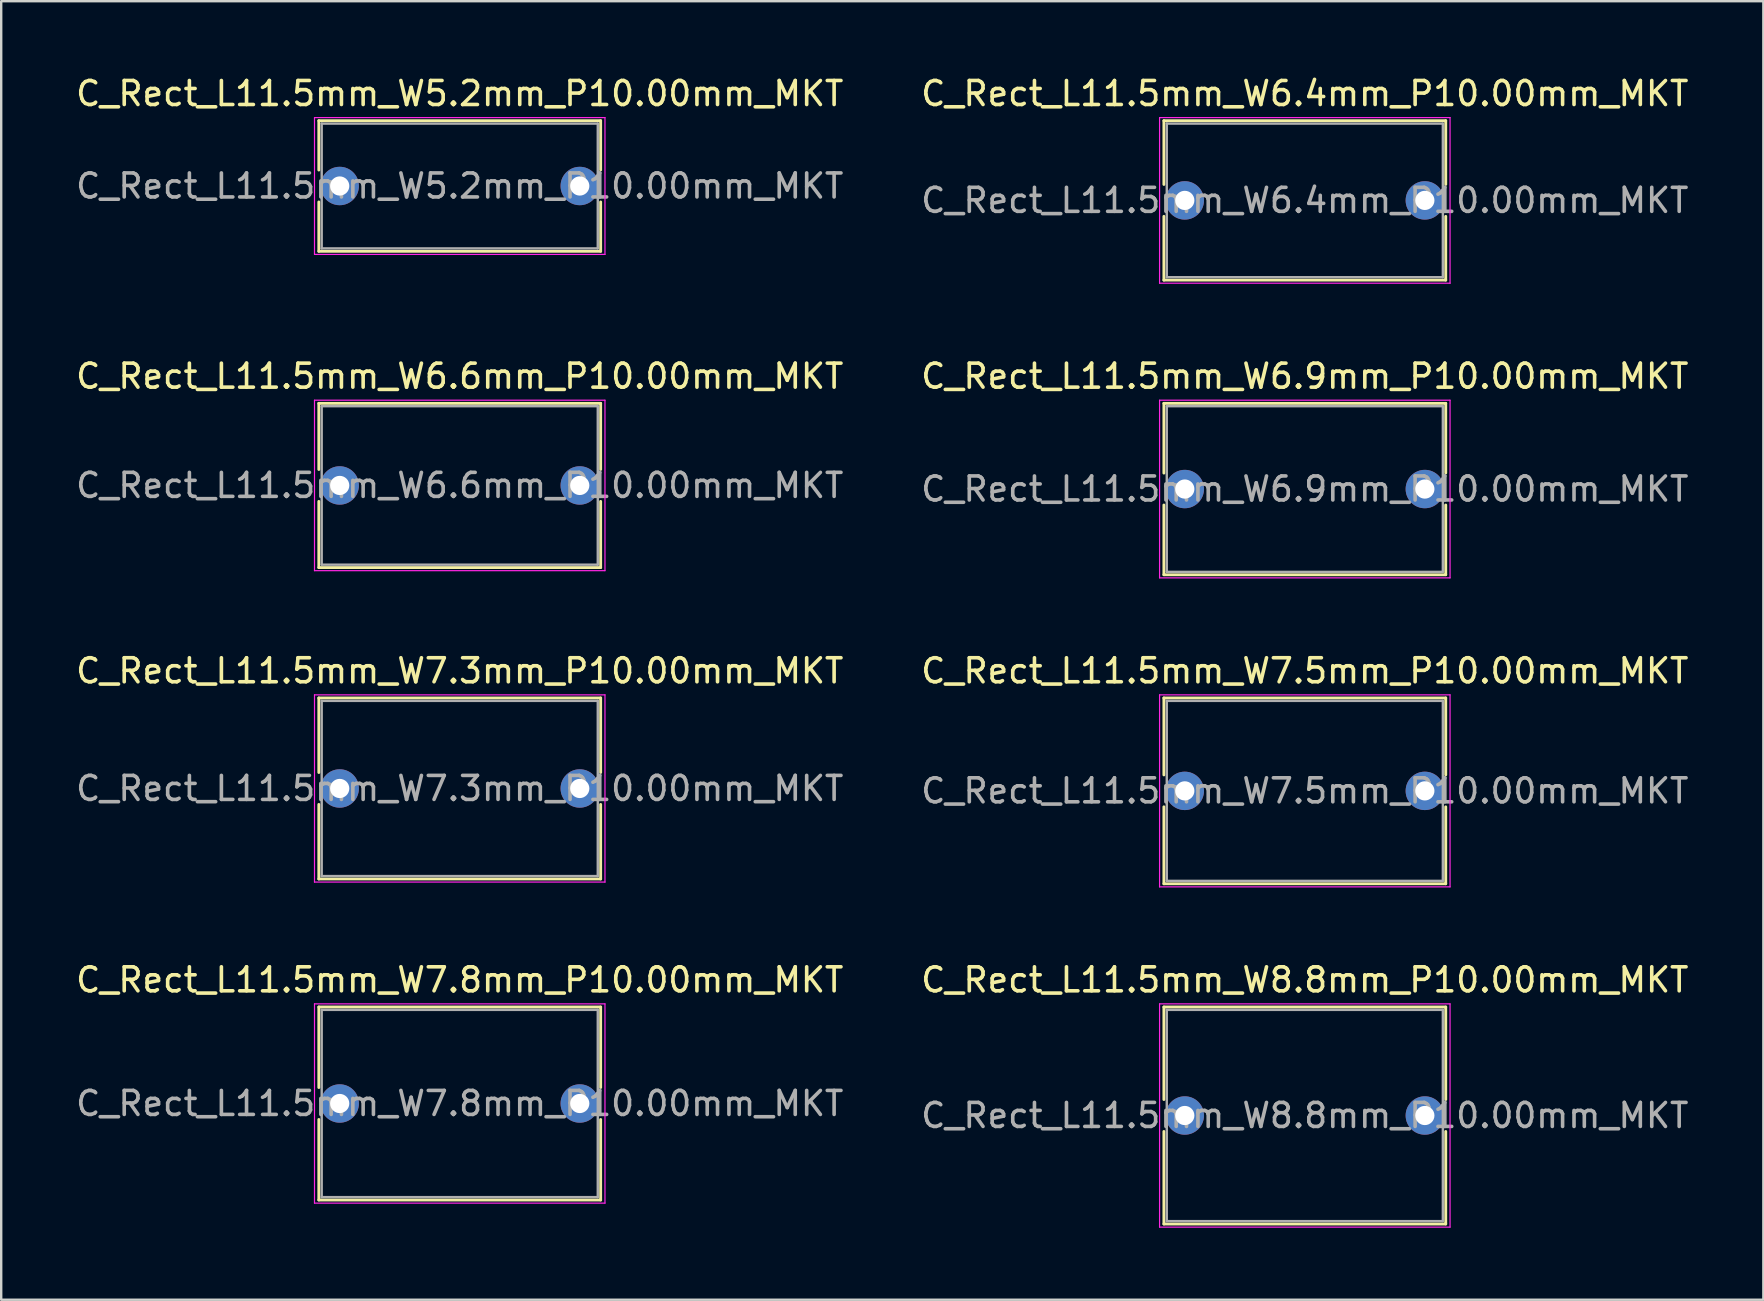
<source format=kicad_pcb>
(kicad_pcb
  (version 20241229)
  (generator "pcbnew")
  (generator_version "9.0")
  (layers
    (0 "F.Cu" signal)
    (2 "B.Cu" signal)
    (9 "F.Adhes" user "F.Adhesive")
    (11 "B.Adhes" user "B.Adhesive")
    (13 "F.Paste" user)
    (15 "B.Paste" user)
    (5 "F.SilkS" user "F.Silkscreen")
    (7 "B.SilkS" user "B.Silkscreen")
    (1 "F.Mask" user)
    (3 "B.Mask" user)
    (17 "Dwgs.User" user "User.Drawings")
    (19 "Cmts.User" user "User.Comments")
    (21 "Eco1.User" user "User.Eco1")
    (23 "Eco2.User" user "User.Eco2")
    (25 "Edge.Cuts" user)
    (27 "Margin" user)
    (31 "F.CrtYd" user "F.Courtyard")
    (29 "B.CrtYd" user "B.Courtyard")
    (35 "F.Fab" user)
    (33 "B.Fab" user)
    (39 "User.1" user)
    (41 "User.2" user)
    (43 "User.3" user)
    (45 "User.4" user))
  (footprint "C_Rect_L11.5mm_W6.4mm_P10.00mm_MKT"
    (layer "F.Cu")
    (at 46.304 5.298)
    (property "Reference" "C_Rect_L11.5mm_W6.4mm_P10.00mm_MKT" (at 5 -4.45 0) (layer "F.SilkS") (effects (font (size 1 1) (thickness 0.15))))
    (attr through_hole)
    (fp_line (start -0.87 -3.32) (end -0.87 -0.665) (stroke (width 0.12) (type solid)) (layer "F.SilkS"))
    (fp_line (start -0.87 -3.32) (end 10.87 -3.32) (stroke (width 0.12) (type solid)) (layer "F.SilkS"))
    (fp_line (start -0.87 0.665) (end -0.87 3.32) (stroke (width 0.12) (type solid)) (layer "F.SilkS"))
    (fp_line (start -0.87 3.32) (end 10.87 3.32) (stroke (width 0.12) (type solid)) (layer "F.SilkS"))
    (fp_line (start 10.87 -3.32) (end 10.87 -0.665) (stroke (width 0.12) (type solid)) (layer "F.SilkS"))
    (fp_line (start 10.87 0.665) (end 10.87 3.32) (stroke (width 0.12) (type solid)) (layer "F.SilkS"))
    (fp_line (start -1.05 -3.45) (end -1.05 3.45) (stroke (width 0.05) (type solid)) (layer "F.CrtYd"))
    (fp_line (start -1.05 3.45) (end 11.05 3.45) (stroke (width 0.05) (type solid)) (layer "F.CrtYd"))
    (fp_line (start 11.05 -3.45) (end -1.05 -3.45) (stroke (width 0.05) (type solid)) (layer "F.CrtYd"))
    (fp_line (start 11.05 3.45) (end 11.05 -3.45) (stroke (width 0.05) (type solid)) (layer "F.CrtYd"))
    (fp_line (start -0.75 -3.2) (end -0.75 3.2) (stroke (width 0.1) (type solid)) (layer "F.Fab"))
    (fp_line (start -0.75 3.2) (end 10.75 3.2) (stroke (width 0.1) (type solid)) (layer "F.Fab"))
    (fp_line (start 10.75 -3.2) (end -0.75 -3.2) (stroke (width 0.1) (type solid)) (layer "F.Fab"))
    (fp_line (start 10.75 3.2) (end 10.75 -3.2) (stroke (width 0.1) (type solid)) (layer "F.Fab"))
    (fp_text user "${REFERENCE}" (at 5 0 0) (layer "F.Fab") (effects (font (size 1 1) (thickness 0.15))))
    (pad "1" thru_hole circle (at 0 0) (size 1.6 1.6) (drill 0.8) (layers "*.Cu" "*.Mask"))
    (pad "2" thru_hole circle (at 10 0) (size 1.6 1.6) (drill 0.8) (layers "*.Cu" "*.Mask")))
  (footprint "C_Rect_L11.5mm_W5.2mm_P10.00mm_MKT"
    (layer "F.Cu")
    (at 11.101 4.698)
    (property "Reference" "C_Rect_L11.5mm_W5.2mm_P10.00mm_MKT" (at 5 -3.85 0) (layer "F.SilkS") (effects (font (size 1 1) (thickness 0.15))))
    (attr through_hole)
    (fp_line (start -0.87 -2.72) (end -0.87 -0.665) (stroke (width 0.12) (type solid)) (layer "F.SilkS"))
    (fp_line (start -0.87 -2.72) (end 10.87 -2.72) (stroke (width 0.12) (type solid)) (layer "F.SilkS"))
    (fp_line (start -0.87 0.665) (end -0.87 2.72) (stroke (width 0.12) (type solid)) (layer "F.SilkS"))
    (fp_line (start -0.87 2.72) (end 10.87 2.72) (stroke (width 0.12) (type solid)) (layer "F.SilkS"))
    (fp_line (start 10.87 -2.72) (end 10.87 -0.665) (stroke (width 0.12) (type solid)) (layer "F.SilkS"))
    (fp_line (start 10.87 0.665) (end 10.87 2.72) (stroke (width 0.12) (type solid)) (layer "F.SilkS"))
    (fp_line (start -1.05 -2.85) (end -1.05 2.85) (stroke (width 0.05) (type solid)) (layer "F.CrtYd"))
    (fp_line (start -1.05 2.85) (end 11.05 2.85) (stroke (width 0.05) (type solid)) (layer "F.CrtYd"))
    (fp_line (start 11.05 -2.85) (end -1.05 -2.85) (stroke (width 0.05) (type solid)) (layer "F.CrtYd"))
    (fp_line (start 11.05 2.85) (end 11.05 -2.85) (stroke (width 0.05) (type solid)) (layer "F.CrtYd"))
    (fp_line (start -0.75 -2.6) (end -0.75 2.6) (stroke (width 0.1) (type solid)) (layer "F.Fab"))
    (fp_line (start -0.75 2.6) (end 10.75 2.6) (stroke (width 0.1) (type solid)) (layer "F.Fab"))
    (fp_line (start 10.75 -2.6) (end -0.75 -2.6) (stroke (width 0.1) (type solid)) (layer "F.Fab"))
    (fp_line (start 10.75 2.6) (end 10.75 -2.6) (stroke (width 0.1) (type solid)) (layer "F.Fab"))
    (fp_text user "${REFERENCE}" (at 5 0 0) (layer "F.Fab") (effects (font (size 1 1) (thickness 0.15))))
    (pad "1" thru_hole circle (at 0 0) (size 1.6 1.6) (drill 0.8) (layers "*.Cu" "*.Mask"))
    (pad "2" thru_hole circle (at 10 0) (size 1.6 1.6) (drill 0.8) (layers "*.Cu" "*.Mask")))
  (footprint "C_Rect_L11.5mm_W8.8mm_P10.00mm_MKT"
    (layer "F.Cu")
    (at 46.304 43.418)
    (property "Reference" "C_Rect_L11.5mm_W8.8mm_P10.00mm_MKT" (at 5 -5.65 0) (layer "F.SilkS") (effects (font (size 1 1) (thickness 0.15))))
    (attr through_hole)
    (fp_line (start -0.87 -4.52) (end -0.87 -0.665) (stroke (width 0.12) (type solid)) (layer "F.SilkS"))
    (fp_line (start -0.87 -4.52) (end 10.87 -4.52) (stroke (width 0.12) (type solid)) (layer "F.SilkS"))
    (fp_line (start -0.87 0.665) (end -0.87 4.52) (stroke (width 0.12) (type solid)) (layer "F.SilkS"))
    (fp_line (start -0.87 4.52) (end 10.87 4.52) (stroke (width 0.12) (type solid)) (layer "F.SilkS"))
    (fp_line (start 10.87 -4.52) (end 10.87 -0.665) (stroke (width 0.12) (type solid)) (layer "F.SilkS"))
    (fp_line (start 10.87 0.665) (end 10.87 4.52) (stroke (width 0.12) (type solid)) (layer "F.SilkS"))
    (fp_line (start -1.05 -4.65) (end -1.05 4.65) (stroke (width 0.05) (type solid)) (layer "F.CrtYd"))
    (fp_line (start -1.05 4.65) (end 11.05 4.65) (stroke (width 0.05) (type solid)) (layer "F.CrtYd"))
    (fp_line (start 11.05 -4.65) (end -1.05 -4.65) (stroke (width 0.05) (type solid)) (layer "F.CrtYd"))
    (fp_line (start 11.05 4.65) (end 11.05 -4.65) (stroke (width 0.05) (type solid)) (layer "F.CrtYd"))
    (fp_line (start -0.75 -4.4) (end -0.75 4.4) (stroke (width 0.1) (type solid)) (layer "F.Fab"))
    (fp_line (start -0.75 4.4) (end 10.75 4.4) (stroke (width 0.1) (type solid)) (layer "F.Fab"))
    (fp_line (start 10.75 -4.4) (end -0.75 -4.4) (stroke (width 0.1) (type solid)) (layer "F.Fab"))
    (fp_line (start 10.75 4.4) (end 10.75 -4.4) (stroke (width 0.1) (type solid)) (layer "F.Fab"))
    (fp_text user "${REFERENCE}" (at 5 0 0) (layer "F.Fab") (effects (font (size 1 1) (thickness 0.15))))
    (pad "1" thru_hole circle (at 0 0) (size 1.6 1.6) (drill 0.8) (layers "*.Cu" "*.Mask"))
    (pad "2" thru_hole circle (at 10 0) (size 1.6 1.6) (drill 0.8) (layers "*.Cu" "*.Mask")))
  (footprint "C_Rect_L11.5mm_W7.5mm_P10.00mm_MKT"
    (layer "F.Cu")
    (at 46.304 29.895)
    (property "Reference" "C_Rect_L11.5mm_W7.5mm_P10.00mm_MKT" (at 5 -5 0) (layer "F.SilkS") (effects (font (size 1 1) (thickness 0.15))))
    (attr through_hole)
    (fp_line (start -0.87 -3.87) (end -0.87 -0.665) (stroke (width 0.12) (type solid)) (layer "F.SilkS"))
    (fp_line (start -0.87 -3.87) (end 10.87 -3.87) (stroke (width 0.12) (type solid)) (layer "F.SilkS"))
    (fp_line (start -0.87 0.665) (end -0.87 3.87) (stroke (width 0.12) (type solid)) (layer "F.SilkS"))
    (fp_line (start -0.87 3.87) (end 10.87 3.87) (stroke (width 0.12) (type solid)) (layer "F.SilkS"))
    (fp_line (start 10.87 -3.87) (end 10.87 -0.665) (stroke (width 0.12) (type solid)) (layer "F.SilkS"))
    (fp_line (start 10.87 0.665) (end 10.87 3.87) (stroke (width 0.12) (type solid)) (layer "F.SilkS"))
    (fp_line (start -1.05 -4) (end -1.05 4) (stroke (width 0.05) (type solid)) (layer "F.CrtYd"))
    (fp_line (start -1.05 4) (end 11.05 4) (stroke (width 0.05) (type solid)) (layer "F.CrtYd"))
    (fp_line (start 11.05 -4) (end -1.05 -4) (stroke (width 0.05) (type solid)) (layer "F.CrtYd"))
    (fp_line (start 11.05 4) (end 11.05 -4) (stroke (width 0.05) (type solid)) (layer "F.CrtYd"))
    (fp_line (start -0.75 -3.75) (end -0.75 3.75) (stroke (width 0.1) (type solid)) (layer "F.Fab"))
    (fp_line (start -0.75 3.75) (end 10.75 3.75) (stroke (width 0.1) (type solid)) (layer "F.Fab"))
    (fp_line (start 10.75 -3.75) (end -0.75 -3.75) (stroke (width 0.1) (type solid)) (layer "F.Fab"))
    (fp_line (start 10.75 3.75) (end 10.75 -3.75) (stroke (width 0.1) (type solid)) (layer "F.Fab"))
    (fp_text user "${REFERENCE}" (at 5 0 0) (layer "F.Fab") (effects (font (size 1 1) (thickness 0.15))))
    (pad "1" thru_hole circle (at 0 0) (size 1.6 1.6) (drill 0.8) (layers "*.Cu" "*.Mask"))
    (pad "2" thru_hole circle (at 10 0) (size 1.6 1.6) (drill 0.8) (layers "*.Cu" "*.Mask")))
  (footprint "C_Rect_L11.5mm_W7.8mm_P10.00mm_MKT"
    (layer "F.Cu")
    (at 11.101 42.918)
    (property "Reference" "C_Rect_L11.5mm_W7.8mm_P10.00mm_MKT" (at 5 -5.15 0) (layer "F.SilkS") (effects (font (size 1 1) (thickness 0.15))))
    (attr through_hole)
    (fp_line (start -0.87 -4.02) (end -0.87 -0.665) (stroke (width 0.12) (type solid)) (layer "F.SilkS"))
    (fp_line (start -0.87 -4.02) (end 10.87 -4.02) (stroke (width 0.12) (type solid)) (layer "F.SilkS"))
    (fp_line (start -0.87 0.665) (end -0.87 4.02) (stroke (width 0.12) (type solid)) (layer "F.SilkS"))
    (fp_line (start -0.87 4.02) (end 10.87 4.02) (stroke (width 0.12) (type solid)) (layer "F.SilkS"))
    (fp_line (start 10.87 -4.02) (end 10.87 -0.665) (stroke (width 0.12) (type solid)) (layer "F.SilkS"))
    (fp_line (start 10.87 0.665) (end 10.87 4.02) (stroke (width 0.12) (type solid)) (layer "F.SilkS"))
    (fp_line (start -1.05 -4.15) (end -1.05 4.15) (stroke (width 0.05) (type solid)) (layer "F.CrtYd"))
    (fp_line (start -1.05 4.15) (end 11.05 4.15) (stroke (width 0.05) (type solid)) (layer "F.CrtYd"))
    (fp_line (start 11.05 -4.15) (end -1.05 -4.15) (stroke (width 0.05) (type solid)) (layer "F.CrtYd"))
    (fp_line (start 11.05 4.15) (end 11.05 -4.15) (stroke (width 0.05) (type solid)) (layer "F.CrtYd"))
    (fp_line (start -0.75 -3.9) (end -0.75 3.9) (stroke (width 0.1) (type solid)) (layer "F.Fab"))
    (fp_line (start -0.75 3.9) (end 10.75 3.9) (stroke (width 0.1) (type solid)) (layer "F.Fab"))
    (fp_line (start 10.75 -3.9) (end -0.75 -3.9) (stroke (width 0.1) (type solid)) (layer "F.Fab"))
    (fp_line (start 10.75 3.9) (end 10.75 -3.9) (stroke (width 0.1) (type solid)) (layer "F.Fab"))
    (fp_text user "${REFERENCE}" (at 5 0 0) (layer "F.Fab") (effects (font (size 1 1) (thickness 0.15))))
    (pad "1" thru_hole circle (at 0 0) (size 1.6 1.6) (drill 0.8) (layers "*.Cu" "*.Mask"))
    (pad "2" thru_hole circle (at 10 0) (size 1.6 1.6) (drill 0.8) (layers "*.Cu" "*.Mask")))
  (footprint "C_Rect_L11.5mm_W6.6mm_P10.00mm_MKT"
    (layer "F.Cu")
    (at 11.101 17.172)
    (property "Reference" "C_Rect_L11.5mm_W6.6mm_P10.00mm_MKT" (at 5 -4.55 0) (layer "F.SilkS") (effects (font (size 1 1) (thickness 0.15))))
    (attr through_hole)
    (fp_line (start -0.87 -3.42) (end -0.87 -0.665) (stroke (width 0.12) (type solid)) (layer "F.SilkS"))
    (fp_line (start -0.87 -3.42) (end 10.87 -3.42) (stroke (width 0.12) (type solid)) (layer "F.SilkS"))
    (fp_line (start -0.87 0.665) (end -0.87 3.42) (stroke (width 0.12) (type solid)) (layer "F.SilkS"))
    (fp_line (start -0.87 3.42) (end 10.87 3.42) (stroke (width 0.12) (type solid)) (layer "F.SilkS"))
    (fp_line (start 10.87 -3.42) (end 10.87 -0.665) (stroke (width 0.12) (type solid)) (layer "F.SilkS"))
    (fp_line (start 10.87 0.665) (end 10.87 3.42) (stroke (width 0.12) (type solid)) (layer "F.SilkS"))
    (fp_line (start -1.05 -3.55) (end -1.05 3.55) (stroke (width 0.05) (type solid)) (layer "F.CrtYd"))
    (fp_line (start -1.05 3.55) (end 11.05 3.55) (stroke (width 0.05) (type solid)) (layer "F.CrtYd"))
    (fp_line (start 11.05 -3.55) (end -1.05 -3.55) (stroke (width 0.05) (type solid)) (layer "F.CrtYd"))
    (fp_line (start 11.05 3.55) (end 11.05 -3.55) (stroke (width 0.05) (type solid)) (layer "F.CrtYd"))
    (fp_line (start -0.75 -3.3) (end -0.75 3.3) (stroke (width 0.1) (type solid)) (layer "F.Fab"))
    (fp_line (start -0.75 3.3) (end 10.75 3.3) (stroke (width 0.1) (type solid)) (layer "F.Fab"))
    (fp_line (start 10.75 -3.3) (end -0.75 -3.3) (stroke (width 0.1) (type solid)) (layer "F.Fab"))
    (fp_line (start 10.75 3.3) (end 10.75 -3.3) (stroke (width 0.1) (type solid)) (layer "F.Fab"))
    (fp_text user "${REFERENCE}" (at 5 0 0) (layer "F.Fab") (effects (font (size 1 1) (thickness 0.15))))
    (pad "1" thru_hole circle (at 0 0) (size 1.6 1.6) (drill 0.8) (layers "*.Cu" "*.Mask"))
    (pad "2" thru_hole circle (at 10 0) (size 1.6 1.6) (drill 0.8) (layers "*.Cu" "*.Mask")))
  (footprint "C_Rect_L11.5mm_W7.3mm_P10.00mm_MKT"
    (layer "F.Cu")
    (at 11.101 29.795)
    (property "Reference" "C_Rect_L11.5mm_W7.3mm_P10.00mm_MKT" (at 5 -4.9 0) (layer "F.SilkS") (effects (font (size 1 1) (thickness 0.15))))
    (attr through_hole)
    (fp_line (start -0.87 -3.77) (end -0.87 -0.665) (stroke (width 0.12) (type solid)) (layer "F.SilkS"))
    (fp_line (start -0.87 -3.77) (end 10.87 -3.77) (stroke (width 0.12) (type solid)) (layer "F.SilkS"))
    (fp_line (start -0.87 0.665) (end -0.87 3.77) (stroke (width 0.12) (type solid)) (layer "F.SilkS"))
    (fp_line (start -0.87 3.77) (end 10.87 3.77) (stroke (width 0.12) (type solid)) (layer "F.SilkS"))
    (fp_line (start 10.87 -3.77) (end 10.87 -0.665) (stroke (width 0.12) (type solid)) (layer "F.SilkS"))
    (fp_line (start 10.87 0.665) (end 10.87 3.77) (stroke (width 0.12) (type solid)) (layer "F.SilkS"))
    (fp_line (start -1.05 -3.9) (end -1.05 3.9) (stroke (width 0.05) (type solid)) (layer "F.CrtYd"))
    (fp_line (start -1.05 3.9) (end 11.05 3.9) (stroke (width 0.05) (type solid)) (layer "F.CrtYd"))
    (fp_line (start 11.05 -3.9) (end -1.05 -3.9) (stroke (width 0.05) (type solid)) (layer "F.CrtYd"))
    (fp_line (start 11.05 3.9) (end 11.05 -3.9) (stroke (width 0.05) (type solid)) (layer "F.CrtYd"))
    (fp_line (start -0.75 -3.65) (end -0.75 3.65) (stroke (width 0.1) (type solid)) (layer "F.Fab"))
    (fp_line (start -0.75 3.65) (end 10.75 3.65) (stroke (width 0.1) (type solid)) (layer "F.Fab"))
    (fp_line (start 10.75 -3.65) (end -0.75 -3.65) (stroke (width 0.1) (type solid)) (layer "F.Fab"))
    (fp_line (start 10.75 3.65) (end 10.75 -3.65) (stroke (width 0.1) (type solid)) (layer "F.Fab"))
    (fp_text user "${REFERENCE}" (at 5 0 0) (layer "F.Fab") (effects (font (size 1 1) (thickness 0.15))))
    (pad "1" thru_hole circle (at 0 0) (size 1.6 1.6) (drill 0.8) (layers "*.Cu" "*.Mask"))
    (pad "2" thru_hole circle (at 10 0) (size 1.6 1.6) (drill 0.8) (layers "*.Cu" "*.Mask")))
  (footprint "C_Rect_L11.5mm_W6.9mm_P10.00mm_MKT"
    (layer "F.Cu")
    (at 46.304 17.322)
    (property "Reference" "C_Rect_L11.5mm_W6.9mm_P10.00mm_MKT" (at 5 -4.7 0) (layer "F.SilkS") (effects (font (size 1 1) (thickness 0.15))))
    (attr through_hole)
    (fp_line (start -0.87 -3.57) (end -0.87 -0.665) (stroke (width 0.12) (type solid)) (layer "F.SilkS"))
    (fp_line (start -0.87 -3.57) (end 10.87 -3.57) (stroke (width 0.12) (type solid)) (layer "F.SilkS"))
    (fp_line (start -0.87 0.665) (end -0.87 3.57) (stroke (width 0.12) (type solid)) (layer "F.SilkS"))
    (fp_line (start -0.87 3.57) (end 10.87 3.57) (stroke (width 0.12) (type solid)) (layer "F.SilkS"))
    (fp_line (start 10.87 -3.57) (end 10.87 -0.665) (stroke (width 0.12) (type solid)) (layer "F.SilkS"))
    (fp_line (start 10.87 0.665) (end 10.87 3.57) (stroke (width 0.12) (type solid)) (layer "F.SilkS"))
    (fp_line (start -1.05 -3.7) (end -1.05 3.7) (stroke (width 0.05) (type solid)) (layer "F.CrtYd"))
    (fp_line (start -1.05 3.7) (end 11.05 3.7) (stroke (width 0.05) (type solid)) (layer "F.CrtYd"))
    (fp_line (start 11.05 -3.7) (end -1.05 -3.7) (stroke (width 0.05) (type solid)) (layer "F.CrtYd"))
    (fp_line (start 11.05 3.7) (end 11.05 -3.7) (stroke (width 0.05) (type solid)) (layer "F.CrtYd"))
    (fp_line (start -0.75 -3.45) (end -0.75 3.45) (stroke (width 0.1) (type solid)) (layer "F.Fab"))
    (fp_line (start -0.75 3.45) (end 10.75 3.45) (stroke (width 0.1) (type solid)) (layer "F.Fab"))
    (fp_line (start 10.75 -3.45) (end -0.75 -3.45) (stroke (width 0.1) (type solid)) (layer "F.Fab"))
    (fp_line (start 10.75 3.45) (end 10.75 -3.45) (stroke (width 0.1) (type solid)) (layer "F.Fab"))
    (fp_text user "${REFERENCE}" (at 5 0 0) (layer "F.Fab") (effects (font (size 1 1) (thickness 0.15))))
    (pad "1" thru_hole circle (at 0 0) (size 1.6 1.6) (drill 0.8) (layers "*.Cu" "*.Mask"))
    (pad "2" thru_hole circle (at 10 0) (size 1.6 1.6) (drill 0.8) (layers "*.Cu" "*.Mask")))
  (gr_rect
    (start -3 -3)
    (end 70.405 51.093)
    (stroke (width 0.1) (type default))
    (fill no)
    (layer "Edge.Cuts")))
</source>
